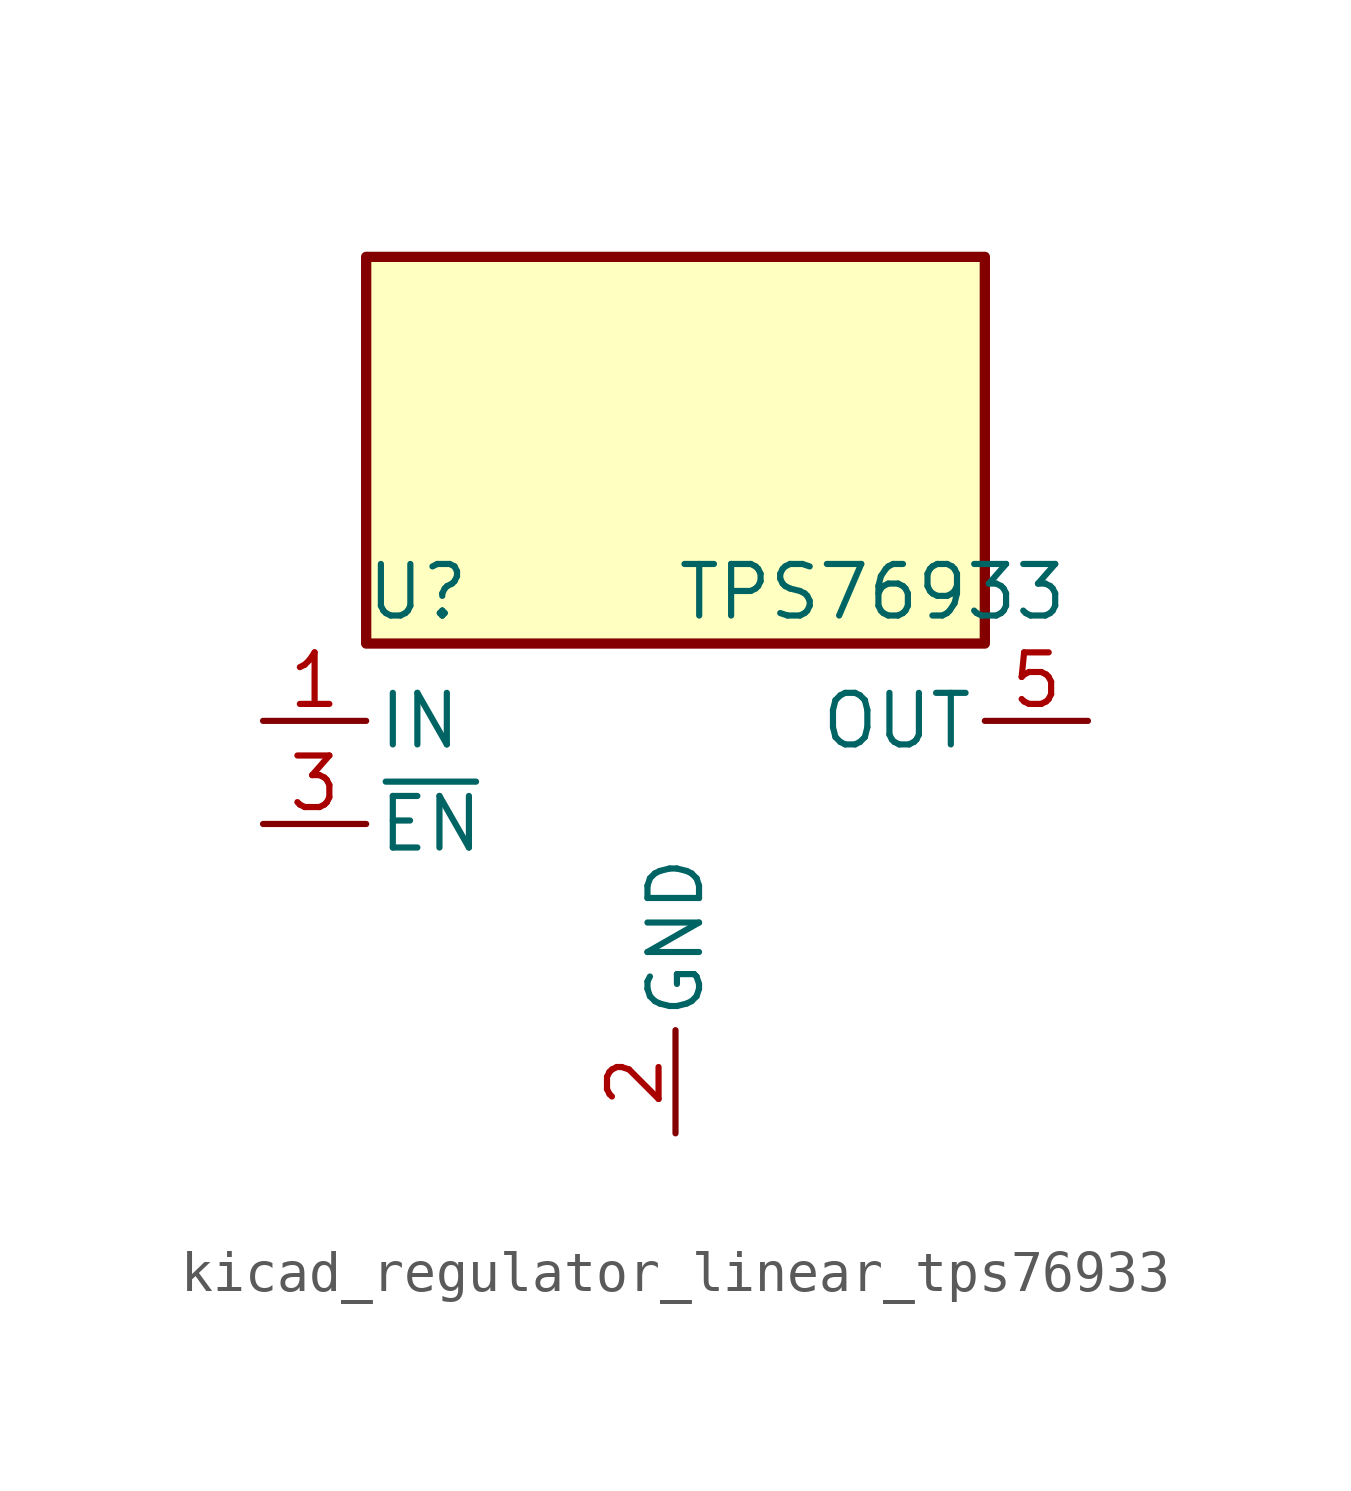
<source format=kicad_sym>
(kicad_symbol_lib
  (version 20220914)
  (generator kicad_symbol_editor)
  (symbol "kicad_regulator_linear_tps76933"
    (pin_names
      (offset 0.254))
    (property "Reference" "U"
      (at -6.35 5.715 0)
      (effects (font (size 1.27 1.27))))
    (property "Value" "TPS76933"
      (at 0 5.715 0)
      (effects (font (size 1.27 1.27)) (justify left)))
    (symbol "kicad_regulator_linear_tps76933_0_1"
      (rectangle (start 7.62 13.97) (end -7.62 4.445) (stroke (width 0.254) (type default)) (fill (type background))))
    (symbol "kicad_regulator_linear_tps76933_1_1"
      (pin power_in line (at -10.16 2.54 0) (length 2.54) (name "IN" (effects (font (size 1.27 1.27)))) (number "1" (effects (font (size 1.27 1.27)))))
      (pin power_in line (at 0 -7.62 90) (length 2.54) (name "GND" (effects (font (size 1.27 1.27)))) (number "2" (effects (font (size 1.27 1.27)))))
      (pin input line (at -10.16 0 0) (length 2.54) (name "~{EN}" (effects (font (size 1.27 1.27)))) (number "3" (effects (font (size 1.27 1.27)))))
      (pin no_connect line (at 7.62 0 180) (length 2.54) hide (name "NC" (effects (font (size 1.27 1.27)))) (number "4" (effects (font (size 1.27 1.27)))))
      (pin power_out line (at 10.16 2.54 180) (length 2.54) (name "OUT" (effects (font (size 1.27 1.27)))) (number "5" (effects (font (size 1.27 1.27))))))))
</source>
